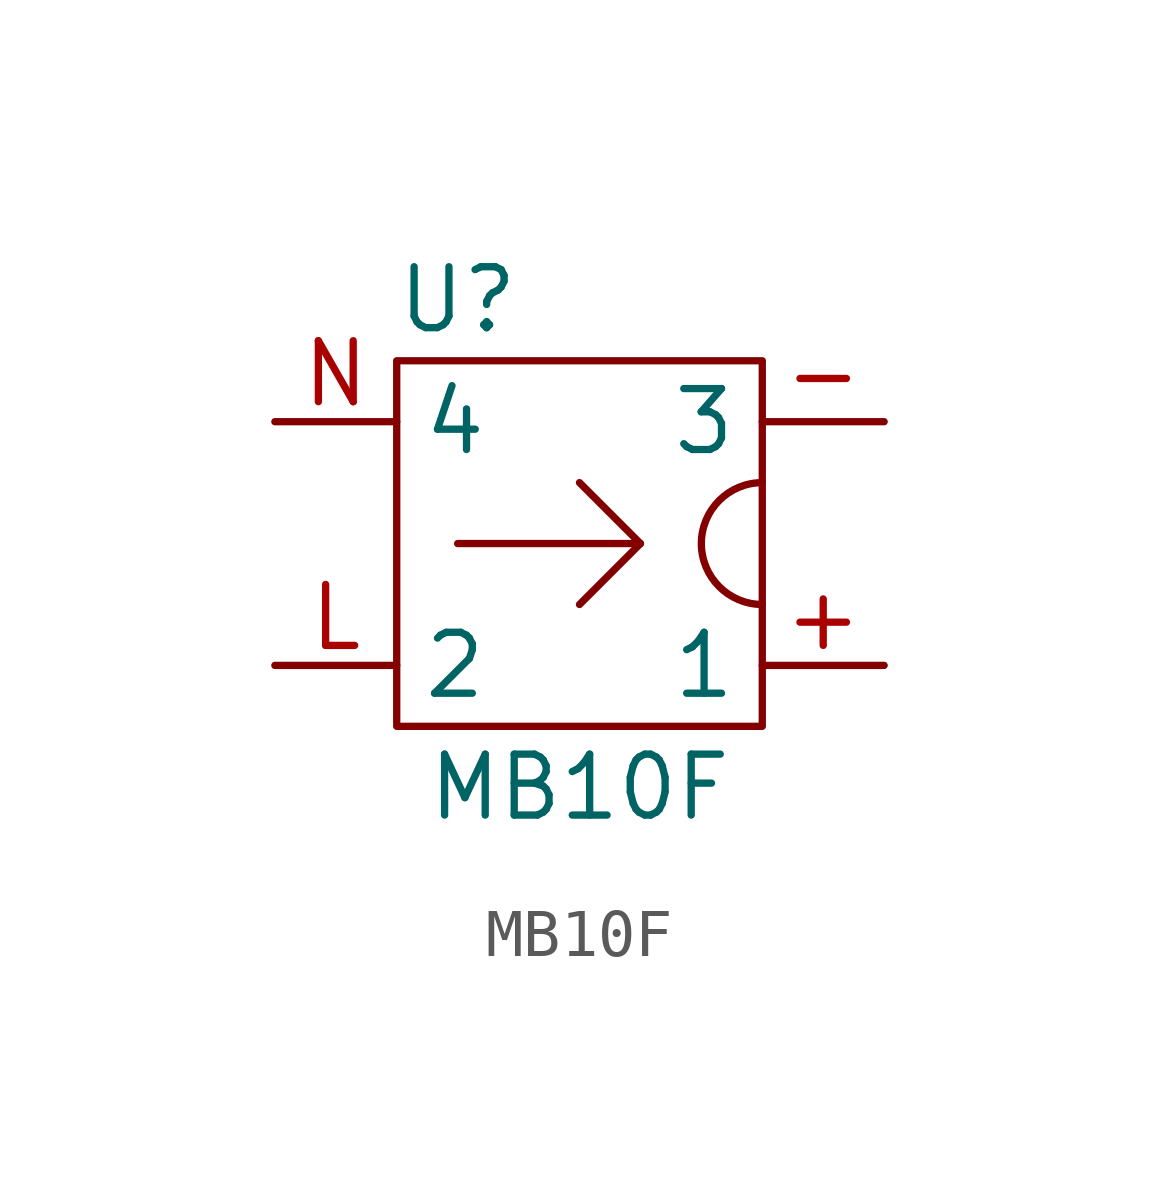
<source format=kicad_sym>
(kicad_symbol_lib
  (version 20220914)
  (generator kicad_symbol_editor)
  (symbol "MB10F"
    (property "Reference" "U"
      (at -2.54 5.08 0)
      (effects (font (size 1.27 1.27))))
    (property "Value" "MB10F"
      (at 0 -5.08 0)
      (effects (font (size 1.27 1.27))))
    (symbol "MB10F_0_1"
      (rectangle (start -3.81 -3.81) (end 3.81 3.81) (stroke (width 0) (type default)) (fill (type none)))
      (polyline (pts (xy 1.27 0) (xy -2.54 0)) (stroke (width 0) (type default)) (fill (type none)))
      (polyline (pts (xy 0 1.27) (xy 1.27 0) (xy 0 -1.27)) (stroke (width 0) (type default)) (fill (type none)))
      (arc (start 3.81 1.27) (mid 2.5455 0) (end 3.81 -1.27) (stroke (width 0) (type default)) (fill (type none))))
    (symbol "MB10F_1_1"
      (pin input line (at 6.35 -2.54 180) (length 2.54) (name "1" (effects (font (size 1.27 1.27)))) (number "+" (effects (font (size 1.27 1.27)))))
      (pin input line (at 6.35 2.54 180) (length 2.54) (name "3" (effects (font (size 1.27 1.27)))) (number "-" (effects (font (size 1.27 1.27)))))
      (pin input line (at -6.35 -2.54 0) (length 2.54) (name "2" (effects (font (size 1.27 1.27)))) (number "L" (effects (font (size 1.27 1.27)))))
      (pin input line (at -6.35 2.54 0) (length 2.54) (name "4" (effects (font (size 1.27 1.27)))) (number "N" (effects (font (size 1.27 1.27))))))))
</source>
